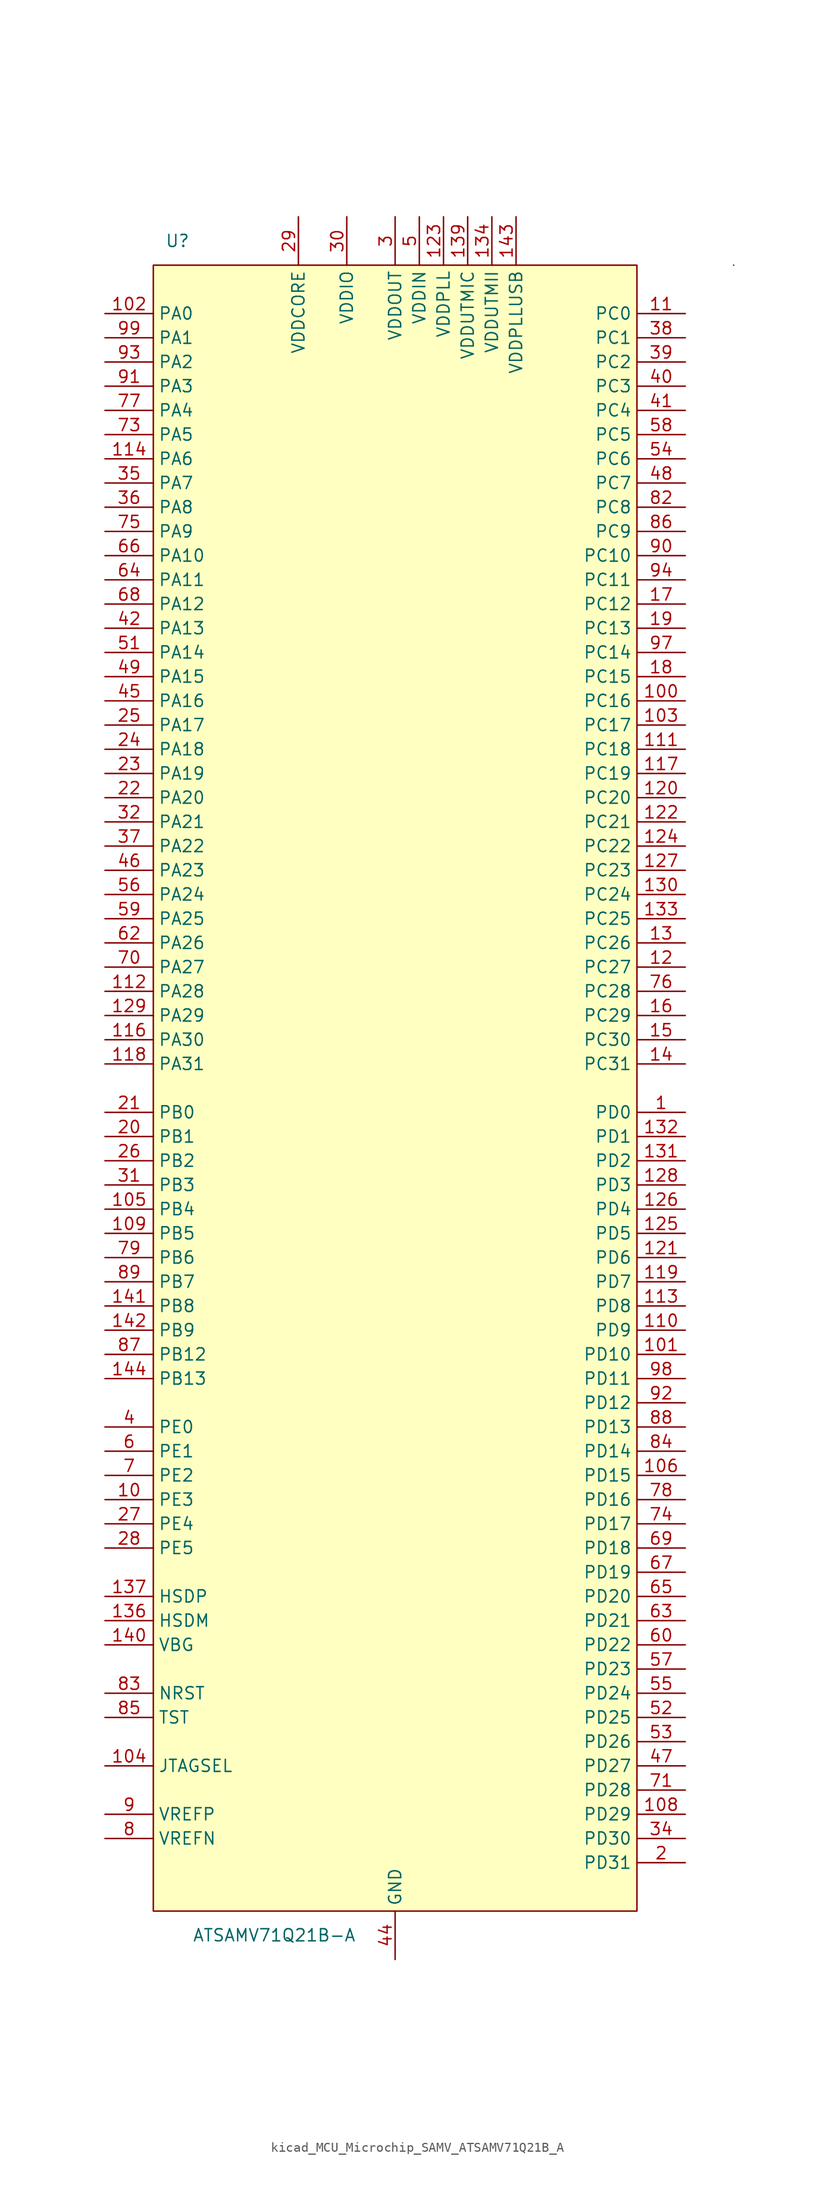
<source format=kicad_sym>
(kicad_symbol_lib
  (version 20220914)
  (generator kicad_symbol_editor)
  (symbol "kicad_MCU_Microchip_SAMV_ATSAMV71Q21B_A"
    (property "Reference" "U"
      (at -22.86 88.9 0)
      (effects (font (size 1.27 1.27))))
    (property "Value" "ATSAMV71Q21B-A"
      (at -12.7 -88.9 0)
      (effects (font (size 1.27 1.27))))
    (symbol "kicad_MCU_Microchip_SAMV_ATSAMV71Q21B_A_0_1"
      (rectangle (start 25.4 86.36) (end -25.4 -86.36) (stroke (width 0) (type default)) (fill (type background)))
      (rectangle (start 35.56 86.36) (end 35.56 86.36) (stroke (width 0) (type default)) (fill (type none))))
    (symbol "kicad_MCU_Microchip_SAMV_ATSAMV71Q21B_A_1_1"
      (pin bidirectional line (at 30.48 -2.54 180) (length 5.08) (name "PD0" (effects (font (size 1.27 1.27)))) (number "1" (effects (font (size 1.27 1.27)))))
      (pin bidirectional line (at -30.48 -43.18 0) (length 5.08) (name "PE3" (effects (font (size 1.27 1.27)))) (number "10" (effects (font (size 1.27 1.27)))))
      (pin bidirectional line (at 30.48 40.64 180) (length 5.08) (name "PC16" (effects (font (size 1.27 1.27)))) (number "100" (effects (font (size 1.27 1.27)))))
      (pin bidirectional line (at 30.48 -27.94 180) (length 5.08) (name "PD10" (effects (font (size 1.27 1.27)))) (number "101" (effects (font (size 1.27 1.27)))))
      (pin bidirectional line (at -30.48 81.28 0) (length 5.08) (name "PA0" (effects (font (size 1.27 1.27)))) (number "102" (effects (font (size 1.27 1.27)))))
      (pin bidirectional line (at 30.48 38.1 180) (length 5.08) (name "PC17" (effects (font (size 1.27 1.27)))) (number "103" (effects (font (size 1.27 1.27)))))
      (pin input line (at -30.48 -71.12 0) (length 5.08) (name "JTAGSEL" (effects (font (size 1.27 1.27)))) (number "104" (effects (font (size 1.27 1.27)))))
      (pin bidirectional line (at -30.48 -12.7 0) (length 5.08) (name "PB4" (effects (font (size 1.27 1.27)))) (number "105" (effects (font (size 1.27 1.27)))))
      (pin bidirectional line (at 30.48 -40.64 180) (length 5.08) (name "PD15" (effects (font (size 1.27 1.27)))) (number "106" (effects (font (size 1.27 1.27)))))
      (pin passive line (at -10.16 91.44 270) (length 5.08) hide (name "VDDCORE" (effects (font (size 1.27 1.27)))) (number "107" (effects (font (size 1.27 1.27)))))
      (pin bidirectional line (at 30.48 -76.2 180) (length 5.08) (name "PD29" (effects (font (size 1.27 1.27)))) (number "108" (effects (font (size 1.27 1.27)))))
      (pin bidirectional line (at -30.48 -15.24 0) (length 5.08) (name "PB5" (effects (font (size 1.27 1.27)))) (number "109" (effects (font (size 1.27 1.27)))))
      (pin bidirectional line (at 30.48 81.28 180) (length 5.08) (name "PC0" (effects (font (size 1.27 1.27)))) (number "11" (effects (font (size 1.27 1.27)))))
      (pin bidirectional line (at 30.48 -25.4 180) (length 5.08) (name "PD9" (effects (font (size 1.27 1.27)))) (number "110" (effects (font (size 1.27 1.27)))))
      (pin bidirectional line (at 30.48 35.56 180) (length 5.08) (name "PC18" (effects (font (size 1.27 1.27)))) (number "111" (effects (font (size 1.27 1.27)))))
      (pin bidirectional line (at -30.48 10.16 0) (length 5.08) (name "PA28" (effects (font (size 1.27 1.27)))) (number "112" (effects (font (size 1.27 1.27)))))
      (pin bidirectional line (at 30.48 -22.86 180) (length 5.08) (name "PD8" (effects (font (size 1.27 1.27)))) (number "113" (effects (font (size 1.27 1.27)))))
      (pin bidirectional line (at -30.48 66.04 0) (length 5.08) (name "PA6" (effects (font (size 1.27 1.27)))) (number "114" (effects (font (size 1.27 1.27)))))
      (pin passive line (at 0 -91.44 90) (length 5.08) hide (name "GND" (effects (font (size 1.27 1.27)))) (number "115" (effects (font (size 1.27 1.27)))))
      (pin bidirectional line (at -30.48 5.08 0) (length 5.08) (name "PA30" (effects (font (size 1.27 1.27)))) (number "116" (effects (font (size 1.27 1.27)))))
      (pin bidirectional line (at 30.48 33.02 180) (length 5.08) (name "PC19" (effects (font (size 1.27 1.27)))) (number "117" (effects (font (size 1.27 1.27)))))
      (pin bidirectional line (at -30.48 2.54 0) (length 5.08) (name "PA31" (effects (font (size 1.27 1.27)))) (number "118" (effects (font (size 1.27 1.27)))))
      (pin bidirectional line (at 30.48 -20.32 180) (length 5.08) (name "PD7" (effects (font (size 1.27 1.27)))) (number "119" (effects (font (size 1.27 1.27)))))
      (pin bidirectional line (at 30.48 12.7 180) (length 5.08) (name "PC27" (effects (font (size 1.27 1.27)))) (number "12" (effects (font (size 1.27 1.27)))))
      (pin bidirectional line (at 30.48 30.48 180) (length 5.08) (name "PC20" (effects (font (size 1.27 1.27)))) (number "120" (effects (font (size 1.27 1.27)))))
      (pin bidirectional line (at 30.48 -17.78 180) (length 5.08) (name "PD6" (effects (font (size 1.27 1.27)))) (number "121" (effects (font (size 1.27 1.27)))))
      (pin bidirectional line (at 30.48 27.94 180) (length 5.08) (name "PC21" (effects (font (size 1.27 1.27)))) (number "122" (effects (font (size 1.27 1.27)))))
      (pin power_in line (at 5.08 91.44 270) (length 5.08) (name "VDDPLL" (effects (font (size 1.27 1.27)))) (number "123" (effects (font (size 1.27 1.27)))))
      (pin bidirectional line (at 30.48 25.4 180) (length 5.08) (name "PC22" (effects (font (size 1.27 1.27)))) (number "124" (effects (font (size 1.27 1.27)))))
      (pin bidirectional line (at 30.48 -15.24 180) (length 5.08) (name "PD5" (effects (font (size 1.27 1.27)))) (number "125" (effects (font (size 1.27 1.27)))))
      (pin bidirectional line (at 30.48 -12.7 180) (length 5.08) (name "PD4" (effects (font (size 1.27 1.27)))) (number "126" (effects (font (size 1.27 1.27)))))
      (pin bidirectional line (at 30.48 22.86 180) (length 5.08) (name "PC23" (effects (font (size 1.27 1.27)))) (number "127" (effects (font (size 1.27 1.27)))))
      (pin bidirectional line (at 30.48 -10.16 180) (length 5.08) (name "PD3" (effects (font (size 1.27 1.27)))) (number "128" (effects (font (size 1.27 1.27)))))
      (pin bidirectional line (at -30.48 7.62 0) (length 5.08) (name "PA29" (effects (font (size 1.27 1.27)))) (number "129" (effects (font (size 1.27 1.27)))))
      (pin bidirectional line (at 30.48 15.24 180) (length 5.08) (name "PC26" (effects (font (size 1.27 1.27)))) (number "13" (effects (font (size 1.27 1.27)))))
      (pin bidirectional line (at 30.48 20.32 180) (length 5.08) (name "PC24" (effects (font (size 1.27 1.27)))) (number "130" (effects (font (size 1.27 1.27)))))
      (pin bidirectional line (at 30.48 -7.62 180) (length 5.08) (name "PD2" (effects (font (size 1.27 1.27)))) (number "131" (effects (font (size 1.27 1.27)))))
      (pin bidirectional line (at 30.48 -5.08 180) (length 5.08) (name "PD1" (effects (font (size 1.27 1.27)))) (number "132" (effects (font (size 1.27 1.27)))))
      (pin bidirectional line (at 30.48 17.78 180) (length 5.08) (name "PC25" (effects (font (size 1.27 1.27)))) (number "133" (effects (font (size 1.27 1.27)))))
      (pin power_in line (at 10.16 91.44 270) (length 5.08) (name "VDDUTMII" (effects (font (size 1.27 1.27)))) (number "134" (effects (font (size 1.27 1.27)))))
      (pin passive line (at 0 -91.44 90) (length 5.08) hide (name "GND" (effects (font (size 1.27 1.27)))) (number "135" (effects (font (size 1.27 1.27)))))
      (pin bidirectional line (at -30.48 -55.88 0) (length 5.08) (name "HSDM" (effects (font (size 1.27 1.27)))) (number "136" (effects (font (size 1.27 1.27)))))
      (pin bidirectional line (at -30.48 -53.34 0) (length 5.08) (name "HSDP" (effects (font (size 1.27 1.27)))) (number "137" (effects (font (size 1.27 1.27)))))
      (pin passive line (at 0 -91.44 90) (length 5.08) hide (name "GND" (effects (font (size 1.27 1.27)))) (number "138" (effects (font (size 1.27 1.27)))))
      (pin power_in line (at 7.62 91.44 270) (length 5.08) (name "VDDUTMIC" (effects (font (size 1.27 1.27)))) (number "139" (effects (font (size 1.27 1.27)))))
      (pin bidirectional line (at 30.48 2.54 180) (length 5.08) (name "PC31" (effects (font (size 1.27 1.27)))) (number "14" (effects (font (size 1.27 1.27)))))
      (pin input line (at -30.48 -58.42 0) (length 5.08) (name "VBG" (effects (font (size 1.27 1.27)))) (number "140" (effects (font (size 1.27 1.27)))))
      (pin bidirectional line (at -30.48 -22.86 0) (length 5.08) (name "PB8" (effects (font (size 1.27 1.27)))) (number "141" (effects (font (size 1.27 1.27)))))
      (pin bidirectional line (at -30.48 -25.4 0) (length 5.08) (name "PB9" (effects (font (size 1.27 1.27)))) (number "142" (effects (font (size 1.27 1.27)))))
      (pin power_in line (at 12.7 91.44 270) (length 5.08) (name "VDDPLLUSB" (effects (font (size 1.27 1.27)))) (number "143" (effects (font (size 1.27 1.27)))))
      (pin bidirectional line (at -30.48 -30.48 0) (length 5.08) (name "PB13" (effects (font (size 1.27 1.27)))) (number "144" (effects (font (size 1.27 1.27)))))
      (pin bidirectional line (at 30.48 5.08 180) (length 5.08) (name "PC30" (effects (font (size 1.27 1.27)))) (number "15" (effects (font (size 1.27 1.27)))))
      (pin bidirectional line (at 30.48 7.62 180) (length 5.08) (name "PC29" (effects (font (size 1.27 1.27)))) (number "16" (effects (font (size 1.27 1.27)))))
      (pin bidirectional line (at 30.48 50.8 180) (length 5.08) (name "PC12" (effects (font (size 1.27 1.27)))) (number "17" (effects (font (size 1.27 1.27)))))
      (pin bidirectional line (at 30.48 43.18 180) (length 5.08) (name "PC15" (effects (font (size 1.27 1.27)))) (number "18" (effects (font (size 1.27 1.27)))))
      (pin bidirectional line (at 30.48 48.26 180) (length 5.08) (name "PC13" (effects (font (size 1.27 1.27)))) (number "19" (effects (font (size 1.27 1.27)))))
      (pin bidirectional line (at 30.48 -81.28 180) (length 5.08) (name "PD31" (effects (font (size 1.27 1.27)))) (number "2" (effects (font (size 1.27 1.27)))))
      (pin bidirectional line (at -30.48 -5.08 0) (length 5.08) (name "PB1" (effects (font (size 1.27 1.27)))) (number "20" (effects (font (size 1.27 1.27)))))
      (pin bidirectional line (at -30.48 -2.54 0) (length 5.08) (name "PB0" (effects (font (size 1.27 1.27)))) (number "21" (effects (font (size 1.27 1.27)))))
      (pin bidirectional line (at -30.48 30.48 0) (length 5.08) (name "PA20" (effects (font (size 1.27 1.27)))) (number "22" (effects (font (size 1.27 1.27)))))
      (pin bidirectional line (at -30.48 33.02 0) (length 5.08) (name "PA19" (effects (font (size 1.27 1.27)))) (number "23" (effects (font (size 1.27 1.27)))))
      (pin bidirectional line (at -30.48 35.56 0) (length 5.08) (name "PA18" (effects (font (size 1.27 1.27)))) (number "24" (effects (font (size 1.27 1.27)))))
      (pin bidirectional line (at -30.48 38.1 0) (length 5.08) (name "PA17" (effects (font (size 1.27 1.27)))) (number "25" (effects (font (size 1.27 1.27)))))
      (pin bidirectional line (at -30.48 -7.62 0) (length 5.08) (name "PB2" (effects (font (size 1.27 1.27)))) (number "26" (effects (font (size 1.27 1.27)))))
      (pin bidirectional line (at -30.48 -45.72 0) (length 5.08) (name "PE4" (effects (font (size 1.27 1.27)))) (number "27" (effects (font (size 1.27 1.27)))))
      (pin bidirectional line (at -30.48 -48.26 0) (length 5.08) (name "PE5" (effects (font (size 1.27 1.27)))) (number "28" (effects (font (size 1.27 1.27)))))
      (pin power_in line (at -10.16 91.44 270) (length 5.08) (name "VDDCORE" (effects (font (size 1.27 1.27)))) (number "29" (effects (font (size 1.27 1.27)))))
      (pin power_in line (at 0 91.44 270) (length 5.08) (name "VDDOUT" (effects (font (size 1.27 1.27)))) (number "3" (effects (font (size 1.27 1.27)))))
      (pin power_in line (at -5.08 91.44 270) (length 5.08) (name "VDDIO" (effects (font (size 1.27 1.27)))) (number "30" (effects (font (size 1.27 1.27)))))
      (pin bidirectional line (at -30.48 -10.16 0) (length 5.08) (name "PB3" (effects (font (size 1.27 1.27)))) (number "31" (effects (font (size 1.27 1.27)))))
      (pin bidirectional line (at -30.48 27.94 0) (length 5.08) (name "PA21" (effects (font (size 1.27 1.27)))) (number "32" (effects (font (size 1.27 1.27)))))
      (pin passive line (at -10.16 91.44 270) (length 5.08) hide (name "VDDCORE" (effects (font (size 1.27 1.27)))) (number "33" (effects (font (size 1.27 1.27)))))
      (pin bidirectional line (at 30.48 -78.74 180) (length 5.08) (name "PD30" (effects (font (size 1.27 1.27)))) (number "34" (effects (font (size 1.27 1.27)))))
      (pin bidirectional line (at -30.48 63.5 0) (length 5.08) (name "PA7" (effects (font (size 1.27 1.27)))) (number "35" (effects (font (size 1.27 1.27)))))
      (pin bidirectional line (at -30.48 60.96 0) (length 5.08) (name "PA8" (effects (font (size 1.27 1.27)))) (number "36" (effects (font (size 1.27 1.27)))))
      (pin bidirectional line (at -30.48 25.4 0) (length 5.08) (name "PA22" (effects (font (size 1.27 1.27)))) (number "37" (effects (font (size 1.27 1.27)))))
      (pin bidirectional line (at 30.48 78.74 180) (length 5.08) (name "PC1" (effects (font (size 1.27 1.27)))) (number "38" (effects (font (size 1.27 1.27)))))
      (pin bidirectional line (at 30.48 76.2 180) (length 5.08) (name "PC2" (effects (font (size 1.27 1.27)))) (number "39" (effects (font (size 1.27 1.27)))))
      (pin bidirectional line (at -30.48 -35.56 0) (length 5.08) (name "PE0" (effects (font (size 1.27 1.27)))) (number "4" (effects (font (size 1.27 1.27)))))
      (pin bidirectional line (at 30.48 73.66 180) (length 5.08) (name "PC3" (effects (font (size 1.27 1.27)))) (number "40" (effects (font (size 1.27 1.27)))))
      (pin bidirectional line (at 30.48 71.12 180) (length 5.08) (name "PC4" (effects (font (size 1.27 1.27)))) (number "41" (effects (font (size 1.27 1.27)))))
      (pin bidirectional line (at -30.48 48.26 0) (length 5.08) (name "PA13" (effects (font (size 1.27 1.27)))) (number "42" (effects (font (size 1.27 1.27)))))
      (pin passive line (at -5.08 91.44 270) (length 5.08) hide (name "VDDIO" (effects (font (size 1.27 1.27)))) (number "43" (effects (font (size 1.27 1.27)))))
      (pin power_in line (at 0 -91.44 90) (length 5.08) (name "GND" (effects (font (size 1.27 1.27)))) (number "44" (effects (font (size 1.27 1.27)))))
      (pin bidirectional line (at -30.48 40.64 0) (length 5.08) (name "PA16" (effects (font (size 1.27 1.27)))) (number "45" (effects (font (size 1.27 1.27)))))
      (pin bidirectional line (at -30.48 22.86 0) (length 5.08) (name "PA23" (effects (font (size 1.27 1.27)))) (number "46" (effects (font (size 1.27 1.27)))))
      (pin bidirectional line (at 30.48 -71.12 180) (length 5.08) (name "PD27" (effects (font (size 1.27 1.27)))) (number "47" (effects (font (size 1.27 1.27)))))
      (pin bidirectional line (at 30.48 63.5 180) (length 5.08) (name "PC7" (effects (font (size 1.27 1.27)))) (number "48" (effects (font (size 1.27 1.27)))))
      (pin bidirectional line (at -30.48 43.18 0) (length 5.08) (name "PA15" (effects (font (size 1.27 1.27)))) (number "49" (effects (font (size 1.27 1.27)))))
      (pin power_in line (at 2.54 91.44 270) (length 5.08) (name "VDDIN" (effects (font (size 1.27 1.27)))) (number "5" (effects (font (size 1.27 1.27)))))
      (pin passive line (at -10.16 91.44 270) (length 5.08) hide (name "VDDCORE" (effects (font (size 1.27 1.27)))) (number "50" (effects (font (size 1.27 1.27)))))
      (pin bidirectional line (at -30.48 45.72 0) (length 5.08) (name "PA14" (effects (font (size 1.27 1.27)))) (number "51" (effects (font (size 1.27 1.27)))))
      (pin bidirectional line (at 30.48 -66.04 180) (length 5.08) (name "PD25" (effects (font (size 1.27 1.27)))) (number "52" (effects (font (size 1.27 1.27)))))
      (pin bidirectional line (at 30.48 -68.58 180) (length 5.08) (name "PD26" (effects (font (size 1.27 1.27)))) (number "53" (effects (font (size 1.27 1.27)))))
      (pin bidirectional line (at 30.48 66.04 180) (length 5.08) (name "PC6" (effects (font (size 1.27 1.27)))) (number "54" (effects (font (size 1.27 1.27)))))
      (pin bidirectional line (at 30.48 -63.5 180) (length 5.08) (name "PD24" (effects (font (size 1.27 1.27)))) (number "55" (effects (font (size 1.27 1.27)))))
      (pin bidirectional line (at -30.48 20.32 0) (length 5.08) (name "PA24" (effects (font (size 1.27 1.27)))) (number "56" (effects (font (size 1.27 1.27)))))
      (pin bidirectional line (at 30.48 -60.96 180) (length 5.08) (name "PD23" (effects (font (size 1.27 1.27)))) (number "57" (effects (font (size 1.27 1.27)))))
      (pin bidirectional line (at 30.48 68.58 180) (length 5.08) (name "PC5" (effects (font (size 1.27 1.27)))) (number "58" (effects (font (size 1.27 1.27)))))
      (pin bidirectional line (at -30.48 17.78 0) (length 5.08) (name "PA25" (effects (font (size 1.27 1.27)))) (number "59" (effects (font (size 1.27 1.27)))))
      (pin bidirectional line (at -30.48 -38.1 0) (length 5.08) (name "PE1" (effects (font (size 1.27 1.27)))) (number "6" (effects (font (size 1.27 1.27)))))
      (pin bidirectional line (at 30.48 -58.42 180) (length 5.08) (name "PD22" (effects (font (size 1.27 1.27)))) (number "60" (effects (font (size 1.27 1.27)))))
      (pin passive line (at 0 -91.44 90) (length 5.08) hide (name "GND" (effects (font (size 1.27 1.27)))) (number "61" (effects (font (size 1.27 1.27)))))
      (pin bidirectional line (at -30.48 15.24 0) (length 5.08) (name "PA26" (effects (font (size 1.27 1.27)))) (number "62" (effects (font (size 1.27 1.27)))))
      (pin bidirectional line (at 30.48 -55.88 180) (length 5.08) (name "PD21" (effects (font (size 1.27 1.27)))) (number "63" (effects (font (size 1.27 1.27)))))
      (pin bidirectional line (at -30.48 53.34 0) (length 5.08) (name "PA11" (effects (font (size 1.27 1.27)))) (number "64" (effects (font (size 1.27 1.27)))))
      (pin bidirectional line (at 30.48 -53.34 180) (length 5.08) (name "PD20" (effects (font (size 1.27 1.27)))) (number "65" (effects (font (size 1.27 1.27)))))
      (pin bidirectional line (at -30.48 55.88 0) (length 5.08) (name "PA10" (effects (font (size 1.27 1.27)))) (number "66" (effects (font (size 1.27 1.27)))))
      (pin bidirectional line (at 30.48 -50.8 180) (length 5.08) (name "PD19" (effects (font (size 1.27 1.27)))) (number "67" (effects (font (size 1.27 1.27)))))
      (pin bidirectional line (at -30.48 50.8 0) (length 5.08) (name "PA12" (effects (font (size 1.27 1.27)))) (number "68" (effects (font (size 1.27 1.27)))))
      (pin bidirectional line (at 30.48 -48.26 180) (length 5.08) (name "PD18" (effects (font (size 1.27 1.27)))) (number "69" (effects (font (size 1.27 1.27)))))
      (pin bidirectional line (at -30.48 -40.64 0) (length 5.08) (name "PE2" (effects (font (size 1.27 1.27)))) (number "7" (effects (font (size 1.27 1.27)))))
      (pin bidirectional line (at -30.48 12.7 0) (length 5.08) (name "PA27" (effects (font (size 1.27 1.27)))) (number "70" (effects (font (size 1.27 1.27)))))
      (pin bidirectional line (at 30.48 -73.66 180) (length 5.08) (name "PD28" (effects (font (size 1.27 1.27)))) (number "71" (effects (font (size 1.27 1.27)))))
      (pin passive line (at -5.08 91.44 270) (length 5.08) hide (name "VDDIO" (effects (font (size 1.27 1.27)))) (number "72" (effects (font (size 1.27 1.27)))))
      (pin bidirectional line (at -30.48 68.58 0) (length 5.08) (name "PA5" (effects (font (size 1.27 1.27)))) (number "73" (effects (font (size 1.27 1.27)))))
      (pin bidirectional line (at 30.48 -45.72 180) (length 5.08) (name "PD17" (effects (font (size 1.27 1.27)))) (number "74" (effects (font (size 1.27 1.27)))))
      (pin bidirectional line (at -30.48 58.42 0) (length 5.08) (name "PA9" (effects (font (size 1.27 1.27)))) (number "75" (effects (font (size 1.27 1.27)))))
      (pin bidirectional line (at 30.48 10.16 180) (length 5.08) (name "PC28" (effects (font (size 1.27 1.27)))) (number "76" (effects (font (size 1.27 1.27)))))
      (pin bidirectional line (at -30.48 71.12 0) (length 5.08) (name "PA4" (effects (font (size 1.27 1.27)))) (number "77" (effects (font (size 1.27 1.27)))))
      (pin bidirectional line (at 30.48 -43.18 180) (length 5.08) (name "PD16" (effects (font (size 1.27 1.27)))) (number "78" (effects (font (size 1.27 1.27)))))
      (pin bidirectional line (at -30.48 -17.78 0) (length 5.08) (name "PB6" (effects (font (size 1.27 1.27)))) (number "79" (effects (font (size 1.27 1.27)))))
      (pin bidirectional line (at -30.48 -78.74 0) (length 5.08) (name "VREFN" (effects (font (size 1.27 1.27)))) (number "8" (effects (font (size 1.27 1.27)))))
      (pin passive line (at -5.08 91.44 270) (length 5.08) hide (name "VDDIO" (effects (font (size 1.27 1.27)))) (number "80" (effects (font (size 1.27 1.27)))))
      (pin passive line (at -10.16 91.44 270) (length 5.08) hide (name "VDDCORE" (effects (font (size 1.27 1.27)))) (number "81" (effects (font (size 1.27 1.27)))))
      (pin bidirectional line (at 30.48 60.96 180) (length 5.08) (name "PC8" (effects (font (size 1.27 1.27)))) (number "82" (effects (font (size 1.27 1.27)))))
      (pin bidirectional line (at -30.48 -63.5 0) (length 5.08) (name "NRST" (effects (font (size 1.27 1.27)))) (number "83" (effects (font (size 1.27 1.27)))))
      (pin bidirectional line (at 30.48 -38.1 180) (length 5.08) (name "PD14" (effects (font (size 1.27 1.27)))) (number "84" (effects (font (size 1.27 1.27)))))
      (pin input line (at -30.48 -66.04 0) (length 5.08) (name "TST" (effects (font (size 1.27 1.27)))) (number "85" (effects (font (size 1.27 1.27)))))
      (pin bidirectional line (at 30.48 58.42 180) (length 5.08) (name "PC9" (effects (font (size 1.27 1.27)))) (number "86" (effects (font (size 1.27 1.27)))))
      (pin bidirectional line (at -30.48 -27.94 0) (length 5.08) (name "PB12" (effects (font (size 1.27 1.27)))) (number "87" (effects (font (size 1.27 1.27)))))
      (pin bidirectional line (at 30.48 -35.56 180) (length 5.08) (name "PD13" (effects (font (size 1.27 1.27)))) (number "88" (effects (font (size 1.27 1.27)))))
      (pin bidirectional line (at -30.48 -20.32 0) (length 5.08) (name "PB7" (effects (font (size 1.27 1.27)))) (number "89" (effects (font (size 1.27 1.27)))))
      (pin input line (at -30.48 -76.2 0) (length 5.08) (name "VREFP" (effects (font (size 1.27 1.27)))) (number "9" (effects (font (size 1.27 1.27)))))
      (pin bidirectional line (at 30.48 55.88 180) (length 5.08) (name "PC10" (effects (font (size 1.27 1.27)))) (number "90" (effects (font (size 1.27 1.27)))))
      (pin bidirectional line (at -30.48 73.66 0) (length 5.08) (name "PA3" (effects (font (size 1.27 1.27)))) (number "91" (effects (font (size 1.27 1.27)))))
      (pin bidirectional line (at 30.48 -33.02 180) (length 5.08) (name "PD12" (effects (font (size 1.27 1.27)))) (number "92" (effects (font (size 1.27 1.27)))))
      (pin bidirectional line (at -30.48 76.2 0) (length 5.08) (name "PA2" (effects (font (size 1.27 1.27)))) (number "93" (effects (font (size 1.27 1.27)))))
      (pin bidirectional line (at 30.48 53.34 180) (length 5.08) (name "PC11" (effects (font (size 1.27 1.27)))) (number "94" (effects (font (size 1.27 1.27)))))
      (pin passive line (at 0 -91.44 90) (length 5.08) hide (name "GND" (effects (font (size 1.27 1.27)))) (number "95" (effects (font (size 1.27 1.27)))))
      (pin passive line (at -5.08 91.44 270) (length 5.08) hide (name "VDDIO" (effects (font (size 1.27 1.27)))) (number "96" (effects (font (size 1.27 1.27)))))
      (pin bidirectional line (at 30.48 45.72 180) (length 5.08) (name "PC14" (effects (font (size 1.27 1.27)))) (number "97" (effects (font (size 1.27 1.27)))))
      (pin bidirectional line (at 30.48 -30.48 180) (length 5.08) (name "PD11" (effects (font (size 1.27 1.27)))) (number "98" (effects (font (size 1.27 1.27)))))
      (pin bidirectional line (at -30.48 78.74 0) (length 5.08) (name "PA1" (effects (font (size 1.27 1.27)))) (number "99" (effects (font (size 1.27 1.27))))))))
</source>
